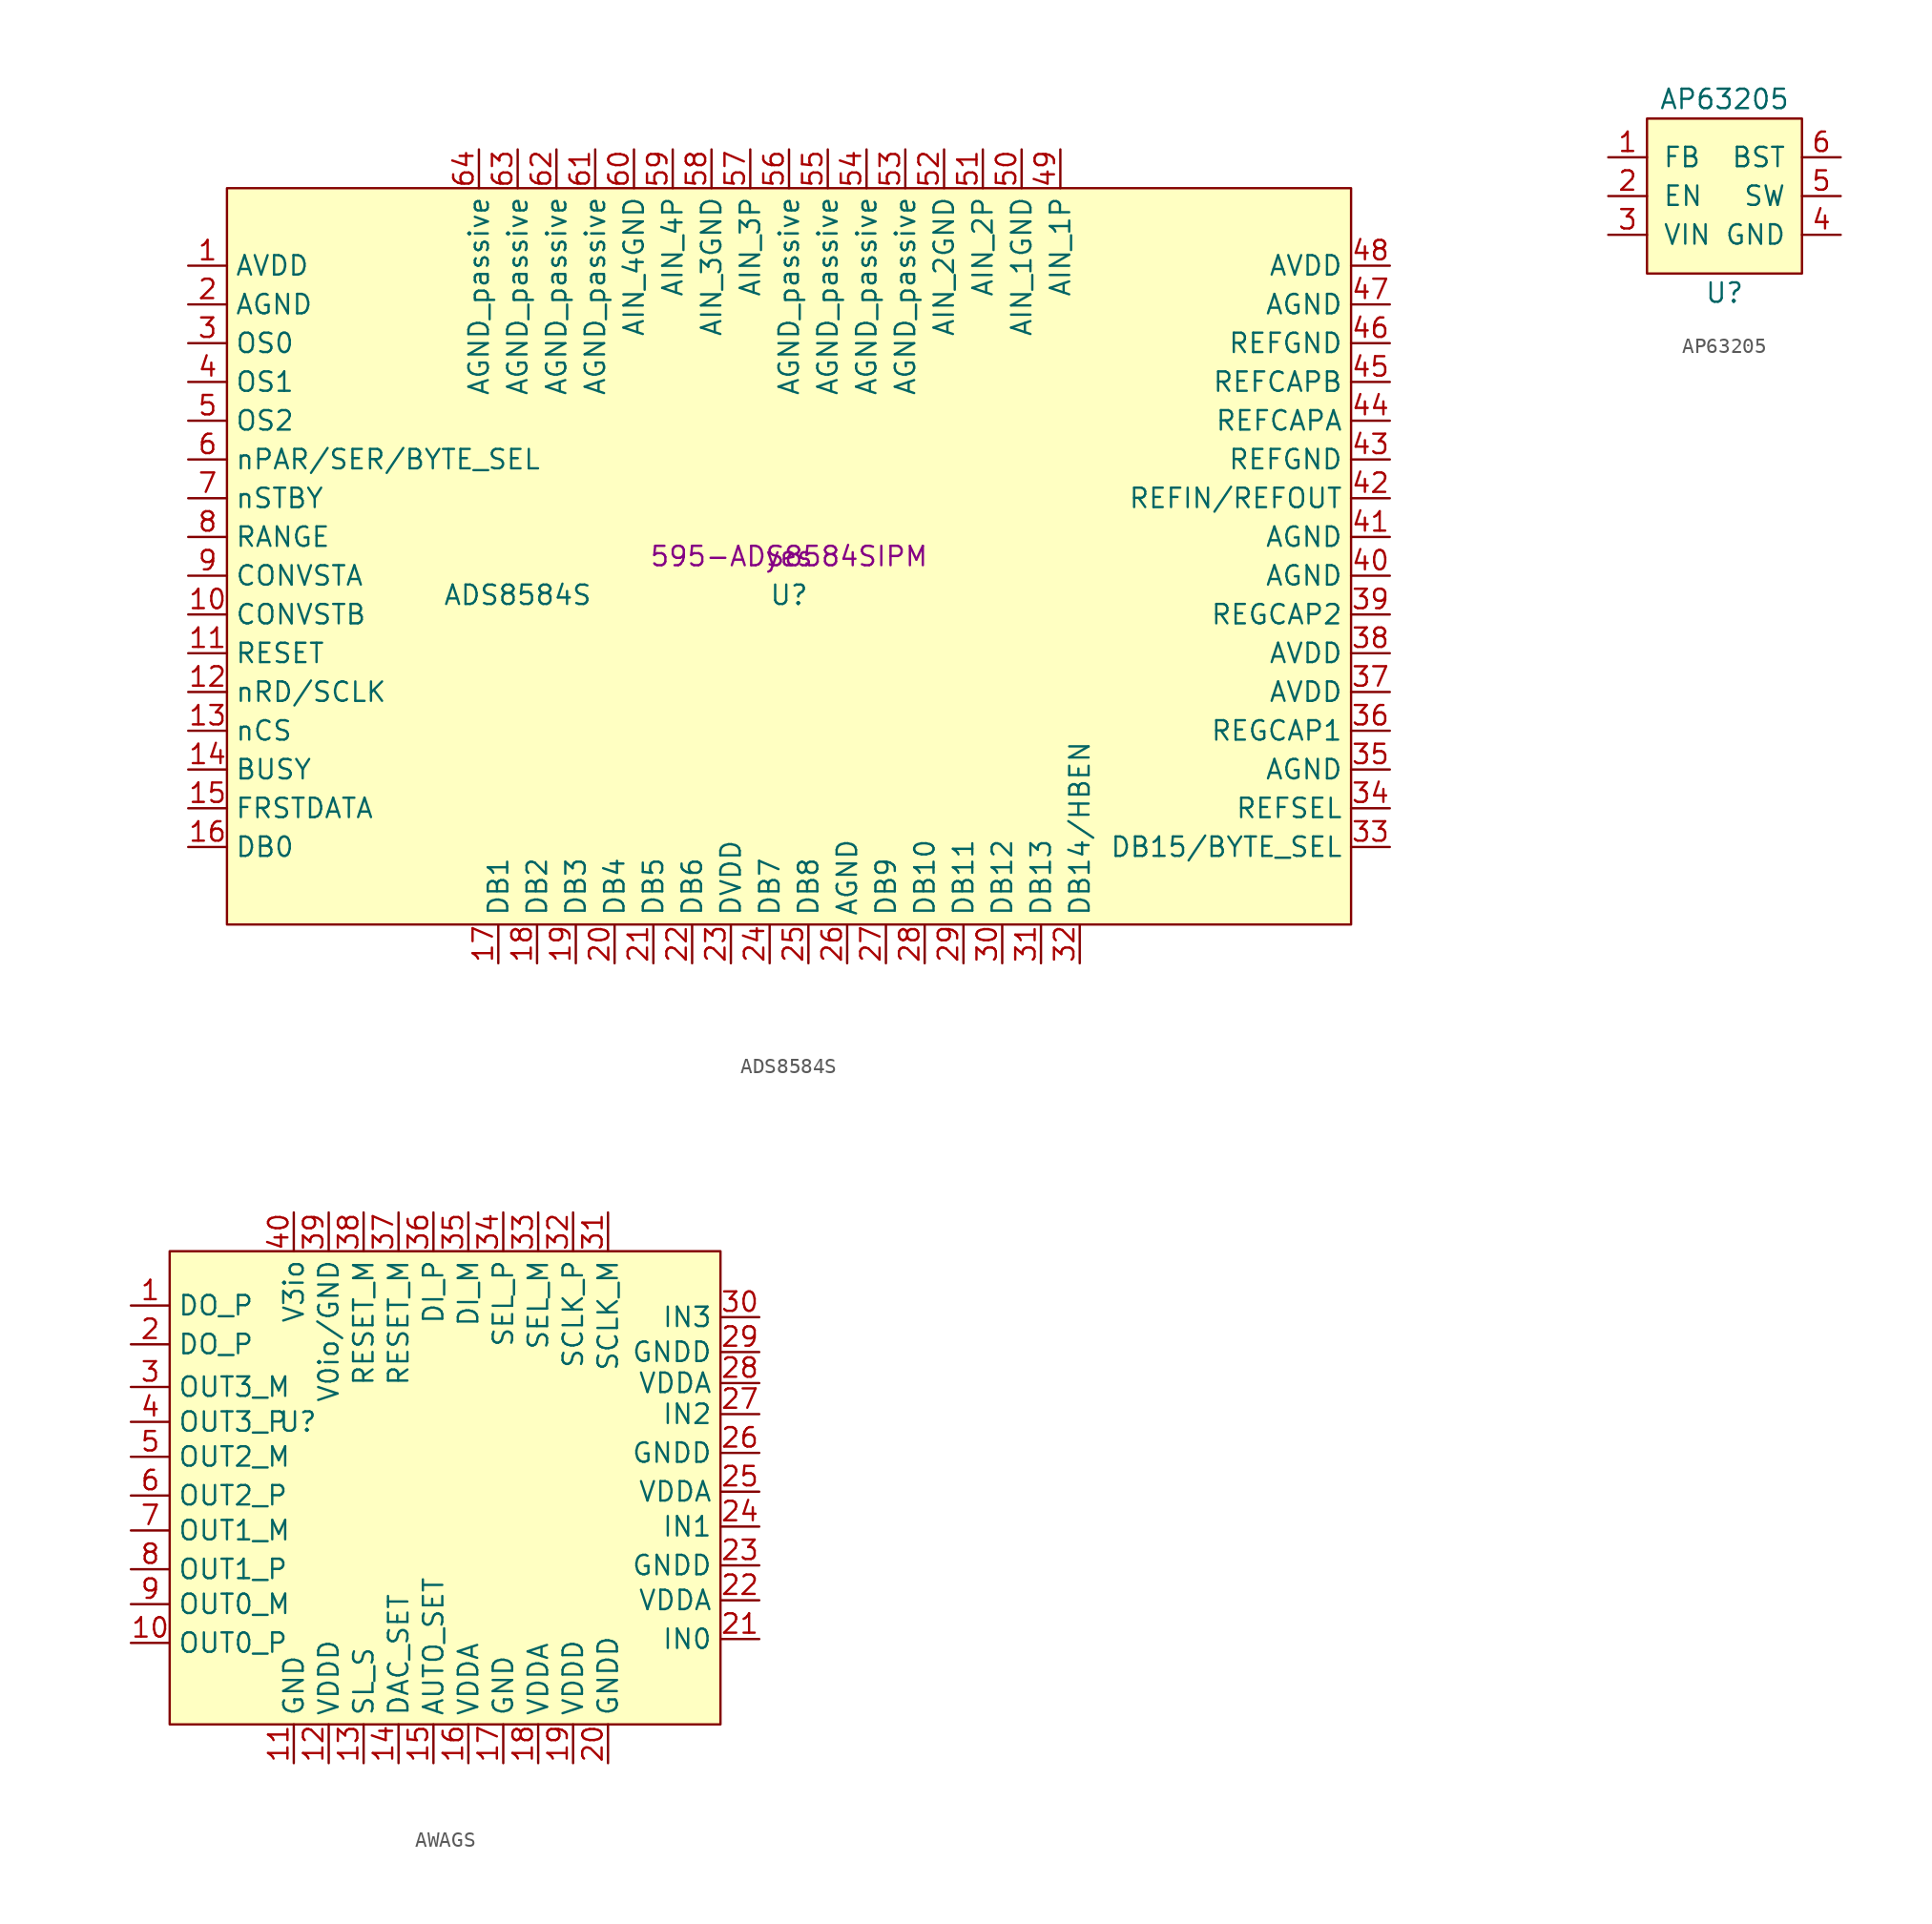
<source format=kicad_sym>
(kicad_symbol_lib
  (version 20220914)
  (generator kicad_symbol_editor)
  (symbol "ADS8584S"
    (property "Reference" "U"
      (at 0 -2.54 0)
      (effects (font (size 1.27 1.27))))
    (property "Value" "ADS8584S"
      (at -17.78 -2.54 0)
      (effects (font (size 1.27 1.27))))
    (property "Mouser Part Number" "595-ADS8584SIPM"
      (at 0 0 0)
      (effects (font (size 1.27 1.27))))
    (property "Place" "yes"
      (at 0 0 0)
      (effects (font (size 1.27 1.27))))
    (symbol "ADS8584S_0_1"
      (rectangle (start -36.83 24.13) (end 36.83 -24.13) (stroke (width 0) (type default)) (fill (type background))))
    (symbol "ADS8584S_1_1"
      (pin power_in line (at -39.37 19.05 0) (length 2.54) (name "AVDD" (effects (font (size 1.27 1.27)))) (number "1" (effects (font (size 1.27 1.27)))))
      (pin input line (at -39.37 -3.81 0) (length 2.54) (name "CONVSTB" (effects (font (size 1.27 1.27)))) (number "10" (effects (font (size 1.27 1.27)))))
      (pin input line (at -39.37 -6.35 0) (length 2.54) (name "RESET" (effects (font (size 1.27 1.27)))) (number "11" (effects (font (size 1.27 1.27)))))
      (pin input line (at -39.37 -8.89 0) (length 2.54) (name "nRD/SCLK" (effects (font (size 1.27 1.27)))) (number "12" (effects (font (size 1.27 1.27)))))
      (pin input line (at -39.37 -11.43 0) (length 2.54) (name "nCS" (effects (font (size 1.27 1.27)))) (number "13" (effects (font (size 1.27 1.27)))))
      (pin output line (at -39.37 -13.97 0) (length 2.54) (name "BUSY" (effects (font (size 1.27 1.27)))) (number "14" (effects (font (size 1.27 1.27)))))
      (pin output line (at -39.37 -16.51 0) (length 2.54) (name "FRSTDATA" (effects (font (size 1.27 1.27)))) (number "15" (effects (font (size 1.27 1.27)))))
      (pin output line (at -39.37 -19.05 0) (length 2.54) (name "DB0" (effects (font (size 1.27 1.27)))) (number "16" (effects (font (size 1.27 1.27)))))
      (pin output line (at -19.05 -26.67 90) (length 2.54) (name "DB1" (effects (font (size 1.27 1.27)))) (number "17" (effects (font (size 1.27 1.27)))))
      (pin output line (at -16.51 -26.67 90) (length 2.54) (name "DB2" (effects (font (size 1.27 1.27)))) (number "18" (effects (font (size 1.27 1.27)))))
      (pin output line (at -13.97 -26.67 90) (length 2.54) (name "DB3" (effects (font (size 1.27 1.27)))) (number "19" (effects (font (size 1.27 1.27)))))
      (pin power_in line (at -39.37 16.51 0) (length 2.54) (name "AGND" (effects (font (size 1.27 1.27)))) (number "2" (effects (font (size 1.27 1.27)))))
      (pin output line (at -11.43 -26.67 90) (length 2.54) (name "DB4" (effects (font (size 1.27 1.27)))) (number "20" (effects (font (size 1.27 1.27)))))
      (pin output line (at -8.89 -26.67 90) (length 2.54) (name "DB5" (effects (font (size 1.27 1.27)))) (number "21" (effects (font (size 1.27 1.27)))))
      (pin output line (at -6.35 -26.67 90) (length 2.54) (name "DB6" (effects (font (size 1.27 1.27)))) (number "22" (effects (font (size 1.27 1.27)))))
      (pin power_in line (at -3.81 -26.67 90) (length 2.54) (name "DVDD" (effects (font (size 1.27 1.27)))) (number "23" (effects (font (size 1.27 1.27)))))
      (pin output line (at -1.27 -26.67 90) (length 2.54) (name "DB7" (effects (font (size 1.27 1.27)))) (number "24" (effects (font (size 1.27 1.27)))))
      (pin output line (at 1.27 -26.67 90) (length 2.54) (name "DB8" (effects (font (size 1.27 1.27)))) (number "25" (effects (font (size 1.27 1.27)))))
      (pin power_in line (at 3.81 -26.67 90) (length 2.54) (name "AGND" (effects (font (size 1.27 1.27)))) (number "26" (effects (font (size 1.27 1.27)))))
      (pin output line (at 6.35 -26.67 90) (length 2.54) (name "DB9" (effects (font (size 1.27 1.27)))) (number "27" (effects (font (size 1.27 1.27)))))
      (pin output line (at 8.89 -26.67 90) (length 2.54) (name "DB10" (effects (font (size 1.27 1.27)))) (number "28" (effects (font (size 1.27 1.27)))))
      (pin output line (at 11.43 -26.67 90) (length 2.54) (name "DB11" (effects (font (size 1.27 1.27)))) (number "29" (effects (font (size 1.27 1.27)))))
      (pin input line (at -39.37 13.97 0) (length 2.54) (name "OS0" (effects (font (size 1.27 1.27)))) (number "3" (effects (font (size 1.27 1.27)))))
      (pin output line (at 13.97 -26.67 90) (length 2.54) (name "DB12" (effects (font (size 1.27 1.27)))) (number "30" (effects (font (size 1.27 1.27)))))
      (pin output line (at 16.51 -26.67 90) (length 2.54) (name "DB13" (effects (font (size 1.27 1.27)))) (number "31" (effects (font (size 1.27 1.27)))))
      (pin output line (at 19.05 -26.67 90) (length 2.54) (name "DB14/HBEN" (effects (font (size 1.27 1.27)))) (number "32" (effects (font (size 1.27 1.27)))))
      (pin output line (at 39.37 -19.05 180) (length 2.54) (name "DB15/BYTE_SEL" (effects (font (size 1.27 1.27)))) (number "33" (effects (font (size 1.27 1.27)))))
      (pin input line (at 39.37 -16.51 180) (length 2.54) (name "REFSEL" (effects (font (size 1.27 1.27)))) (number "34" (effects (font (size 1.27 1.27)))))
      (pin power_in line (at 39.37 -13.97 180) (length 2.54) (name "AGND" (effects (font (size 1.27 1.27)))) (number "35" (effects (font (size 1.27 1.27)))))
      (pin passive line (at 39.37 -11.43 180) (length 2.54) (name "REGCAP1" (effects (font (size 1.27 1.27)))) (number "36" (effects (font (size 1.27 1.27)))))
      (pin power_in line (at 39.37 -8.89 180) (length 2.54) (name "AVDD" (effects (font (size 1.27 1.27)))) (number "37" (effects (font (size 1.27 1.27)))))
      (pin power_in line (at 39.37 -6.35 180) (length 2.54) (name "AVDD" (effects (font (size 1.27 1.27)))) (number "38" (effects (font (size 1.27 1.27)))))
      (pin passive line (at 39.37 -3.81 180) (length 2.54) (name "REGCAP2" (effects (font (size 1.27 1.27)))) (number "39" (effects (font (size 1.27 1.27)))))
      (pin input line (at -39.37 11.43 0) (length 2.54) (name "OS1" (effects (font (size 1.27 1.27)))) (number "4" (effects (font (size 1.27 1.27)))))
      (pin power_in line (at 39.37 -1.27 180) (length 2.54) (name "AGND" (effects (font (size 1.27 1.27)))) (number "40" (effects (font (size 1.27 1.27)))))
      (pin power_in line (at 39.37 1.27 180) (length 2.54) (name "AGND" (effects (font (size 1.27 1.27)))) (number "41" (effects (font (size 1.27 1.27)))))
      (pin passive line (at 39.37 3.81 180) (length 2.54) (name "REFIN/REFOUT" (effects (font (size 1.27 1.27)))) (number "42" (effects (font (size 1.27 1.27)))))
      (pin power_in line (at 39.37 6.35 180) (length 2.54) (name "REFGND" (effects (font (size 1.27 1.27)))) (number "43" (effects (font (size 1.27 1.27)))))
      (pin passive line (at 39.37 8.89 180) (length 2.54) (name "REFCAPA" (effects (font (size 1.27 1.27)))) (number "44" (effects (font (size 1.27 1.27)))))
      (pin passive line (at 39.37 11.43 180) (length 2.54) (name "REFCAPB" (effects (font (size 1.27 1.27)))) (number "45" (effects (font (size 1.27 1.27)))))
      (pin power_in line (at 39.37 13.97 180) (length 2.54) (name "REFGND" (effects (font (size 1.27 1.27)))) (number "46" (effects (font (size 1.27 1.27)))))
      (pin power_in line (at 39.37 16.51 180) (length 2.54) (name "AGND" (effects (font (size 1.27 1.27)))) (number "47" (effects (font (size 1.27 1.27)))))
      (pin power_in line (at 39.37 19.05 180) (length 2.54) (name "AVDD" (effects (font (size 1.27 1.27)))) (number "48" (effects (font (size 1.27 1.27)))))
      (pin passive line (at 17.78 26.67 270) (length 2.54) (name "AIN_1P" (effects (font (size 1.27 1.27)))) (number "49" (effects (font (size 1.27 1.27)))))
      (pin input line (at -39.37 8.89 0) (length 2.54) (name "OS2" (effects (font (size 1.27 1.27)))) (number "5" (effects (font (size 1.27 1.27)))))
      (pin passive line (at 15.24 26.67 270) (length 2.54) (name "AIN_1GND" (effects (font (size 1.27 1.27)))) (number "50" (effects (font (size 1.27 1.27)))))
      (pin passive line (at 12.7 26.67 270) (length 2.54) (name "AIN_2P" (effects (font (size 1.27 1.27)))) (number "51" (effects (font (size 1.27 1.27)))))
      (pin passive line (at 10.16 26.67 270) (length 2.54) (name "AIN_2GND" (effects (font (size 1.27 1.27)))) (number "52" (effects (font (size 1.27 1.27)))))
      (pin passive line (at 7.62 26.67 270) (length 2.54) (name "AGND_passive" (effects (font (size 1.27 1.27)))) (number "53" (effects (font (size 1.27 1.27)))))
      (pin passive line (at 5.08 26.67 270) (length 2.54) (name "AGND_passive" (effects (font (size 1.27 1.27)))) (number "54" (effects (font (size 1.27 1.27)))))
      (pin passive line (at 2.54 26.67 270) (length 2.54) (name "AGND_passive" (effects (font (size 1.27 1.27)))) (number "55" (effects (font (size 1.27 1.27)))))
      (pin passive line (at 0 26.67 270) (length 2.54) (name "AGND_passive" (effects (font (size 1.27 1.27)))) (number "56" (effects (font (size 1.27 1.27)))))
      (pin passive line (at -2.54 26.67 270) (length 2.54) (name "AIN_3P" (effects (font (size 1.27 1.27)))) (number "57" (effects (font (size 1.27 1.27)))))
      (pin passive line (at -5.08 26.67 270) (length 2.54) (name "AIN_3GND" (effects (font (size 1.27 1.27)))) (number "58" (effects (font (size 1.27 1.27)))))
      (pin passive line (at -7.62 26.67 270) (length 2.54) (name "AIN_4P" (effects (font (size 1.27 1.27)))) (number "59" (effects (font (size 1.27 1.27)))))
      (pin input line (at -39.37 6.35 0) (length 2.54) (name "nPAR/SER/BYTE_SEL" (effects (font (size 1.27 1.27)))) (number "6" (effects (font (size 1.27 1.27)))))
      (pin passive line (at -10.16 26.67 270) (length 2.54) (name "AIN_4GND" (effects (font (size 1.27 1.27)))) (number "60" (effects (font (size 1.27 1.27)))))
      (pin passive line (at -12.7 26.67 270) (length 2.54) (name "AGND_passive" (effects (font (size 1.27 1.27)))) (number "61" (effects (font (size 1.27 1.27)))))
      (pin passive line (at -15.24 26.67 270) (length 2.54) (name "AGND_passive" (effects (font (size 1.27 1.27)))) (number "62" (effects (font (size 1.27 1.27)))))
      (pin passive line (at -17.78 26.67 270) (length 2.54) (name "AGND_passive" (effects (font (size 1.27 1.27)))) (number "63" (effects (font (size 1.27 1.27)))))
      (pin passive line (at -20.32 26.67 270) (length 2.54) (name "AGND_passive" (effects (font (size 1.27 1.27)))) (number "64" (effects (font (size 1.27 1.27)))))
      (pin input line (at -39.37 3.81 0) (length 2.54) (name "nSTBY" (effects (font (size 1.27 1.27)))) (number "7" (effects (font (size 1.27 1.27)))))
      (pin input line (at -39.37 1.27 0) (length 2.54) (name "RANGE" (effects (font (size 1.27 1.27)))) (number "8" (effects (font (size 1.27 1.27)))))
      (pin input line (at -39.37 -1.27 0) (length 2.54) (name "CONVSTA" (effects (font (size 1.27 1.27)))) (number "9" (effects (font (size 1.27 1.27)))))))
  (symbol "AP63205"
    (pin_names
      (offset 1.016))
    (property "Reference" "U"
      (at 0 -6.35 0)
      (effects (font (size 1.27 1.27))))
    (property "Value" "AP63205"
      (at 0 6.35 0)
      (effects (font (size 1.27 1.27))))
    (symbol "AP63205_0_1"
      (rectangle (start -5.08 5.08) (end 5.08 -5.08) (stroke (width 0) (type solid)) (fill (type background))))
    (symbol "AP63205_1_1"
      (pin input line (at -7.62 2.54 0) (length 2.54) (name "FB" (effects (font (size 1.27 1.27)))) (number "1" (effects (font (size 1.27 1.27)))))
      (pin input line (at -7.62 0 0) (length 2.54) (name "EN" (effects (font (size 1.27 1.27)))) (number "2" (effects (font (size 1.27 1.27)))))
      (pin power_in line (at -7.62 -2.54 0) (length 2.54) (name "VIN" (effects (font (size 1.27 1.27)))) (number "3" (effects (font (size 1.27 1.27)))))
      (pin power_in line (at 7.62 -2.54 180) (length 2.54) (name "GND" (effects (font (size 1.27 1.27)))) (number "4" (effects (font (size 1.27 1.27)))))
      (pin output line (at 7.62 0 180) (length 2.54) (name "SW" (effects (font (size 1.27 1.27)))) (number "5" (effects (font (size 1.27 1.27)))))
      (pin bidirectional line (at 7.62 2.54 180) (length 2.54) (name "BST" (effects (font (size 1.27 1.27)))) (number "6" (effects (font (size 1.27 1.27)))))))
  (symbol "AWAGS"
    (property "Reference" "U"
      (at 0 0 0)
      (effects (font (size 1.27 1.27))))
    (property "Value" ""
      (at 0 0 0)
      (effects (font (size 1.27 1.27))))
    (symbol "AWAGS_1_1"
      (rectangle (start -8.382 11.176) (end 27.686 -19.812) (stroke (width 0) (type default)) (fill (type background)))
      (pin output line (at -10.922 7.62 0) (length 2.54) (name "DO_P" (effects (font (size 1.27 1.27)))) (number "1" (effects (font (size 1.27 1.27)))))
      (pin output line (at -10.922 -14.478 0) (length 2.54) (name "OUT0_P" (effects (font (size 1.27 1.27)))) (number "10" (effects (font (size 1.27 1.27)))))
      (pin power_in line (at -0.254 -22.352 90) (length 2.54) (name "GND" (effects (font (size 1.27 1.27)))) (number "11" (effects (font (size 1.27 1.27)))))
      (pin power_in line (at 2.032 -22.352 90) (length 2.54) (name "VDDD" (effects (font (size 1.27 1.27)))) (number "12" (effects (font (size 1.27 1.27)))))
      (pin passive line (at 4.318 -22.352 90) (length 2.54) (name "SL_S" (effects (font (size 1.27 1.27)))) (number "13" (effects (font (size 1.27 1.27)))))
      (pin passive line (at 6.604 -22.352 90) (length 2.54) (name "DAC_SET" (effects (font (size 1.27 1.27)))) (number "14" (effects (font (size 1.27 1.27)))))
      (pin passive line (at 8.89 -22.352 90) (length 2.54) (name "AUTO_SET" (effects (font (size 1.27 1.27)))) (number "15" (effects (font (size 1.27 1.27)))))
      (pin power_in line (at 11.176 -22.352 90) (length 2.54) (name "VDDA" (effects (font (size 1.27 1.27)))) (number "16" (effects (font (size 1.27 1.27)))))
      (pin power_in line (at 13.462 -22.352 90) (length 2.54) (name "GND" (effects (font (size 1.27 1.27)))) (number "17" (effects (font (size 1.27 1.27)))))
      (pin power_in line (at 15.748 -22.352 90) (length 2.54) (name "VDDA" (effects (font (size 1.27 1.27)))) (number "18" (effects (font (size 1.27 1.27)))))
      (pin power_in line (at 18.034 -22.352 90) (length 2.54) (name "VDDD" (effects (font (size 1.27 1.27)))) (number "19" (effects (font (size 1.27 1.27)))))
      (pin output line (at -10.922 5.08 0) (length 2.54) (name "DO_P" (effects (font (size 1.27 1.27)))) (number "2" (effects (font (size 1.27 1.27)))))
      (pin power_in line (at 20.32 -22.352 90) (length 2.54) (name "GNDD" (effects (font (size 1.27 1.27)))) (number "20" (effects (font (size 1.27 1.27)))))
      (pin input line (at 30.226 -14.224 180) (length 2.54) (name "IN0" (effects (font (size 1.27 1.27)))) (number "21" (effects (font (size 1.27 1.27)))))
      (pin power_in line (at 30.226 -11.684 180) (length 2.54) (name "VDDA" (effects (font (size 1.27 1.27)))) (number "22" (effects (font (size 1.27 1.27)))))
      (pin power_in line (at 30.226 -9.398 180) (length 2.54) (name "GNDD" (effects (font (size 1.27 1.27)))) (number "23" (effects (font (size 1.27 1.27)))))
      (pin input line (at 30.226 -6.858 180) (length 2.54) (name "IN1" (effects (font (size 1.27 1.27)))) (number "24" (effects (font (size 1.27 1.27)))))
      (pin power_in line (at 30.226 -4.572 180) (length 2.54) (name "VDDA" (effects (font (size 1.27 1.27)))) (number "25" (effects (font (size 1.27 1.27)))))
      (pin power_in line (at 30.226 -2.032 180) (length 2.54) (name "GNDD" (effects (font (size 1.27 1.27)))) (number "26" (effects (font (size 1.27 1.27)))))
      (pin input line (at 30.226 0.508 180) (length 2.54) (name "IN2" (effects (font (size 1.27 1.27)))) (number "27" (effects (font (size 1.27 1.27)))))
      (pin power_in line (at 30.226 2.54 180) (length 2.54) (name "VDDA" (effects (font (size 1.27 1.27)))) (number "28" (effects (font (size 1.27 1.27)))))
      (pin power_in line (at 30.226 4.572 180) (length 2.54) (name "GNDD" (effects (font (size 1.27 1.27)))) (number "29" (effects (font (size 1.27 1.27)))))
      (pin output line (at -10.922 2.286 0) (length 2.54) (name "OUT3_M" (effects (font (size 1.27 1.27)))) (number "3" (effects (font (size 1.27 1.27)))))
      (pin input line (at 30.226 6.858 180) (length 2.54) (name "IN3" (effects (font (size 1.27 1.27)))) (number "30" (effects (font (size 1.27 1.27)))))
      (pin input line (at 20.32 13.716 270) (length 2.54) (name "SCLK_M" (effects (font (size 1.27 1.27)))) (number "31" (effects (font (size 1.27 1.27)))))
      (pin input line (at 18.034 13.716 270) (length 2.54) (name "SCLK_P" (effects (font (size 1.27 1.27)))) (number "32" (effects (font (size 1.27 1.27)))))
      (pin input line (at 15.748 13.716 270) (length 2.54) (name "SEL_M" (effects (font (size 1.27 1.27)))) (number "33" (effects (font (size 1.27 1.27)))))
      (pin input line (at 13.462 13.716 270) (length 2.54) (name "SEL_P" (effects (font (size 1.27 1.27)))) (number "34" (effects (font (size 1.27 1.27)))))
      (pin input line (at 11.176 13.716 270) (length 2.54) (name "DI_M" (effects (font (size 1.27 1.27)))) (number "35" (effects (font (size 1.27 1.27)))))
      (pin input line (at 8.89 13.716 270) (length 2.54) (name "DI_P" (effects (font (size 1.27 1.27)))) (number "36" (effects (font (size 1.27 1.27)))))
      (pin input line (at 6.604 13.716 270) (length 2.54) (name "RESET_M" (effects (font (size 1.27 1.27)))) (number "37" (effects (font (size 1.27 1.27)))))
      (pin input line (at 4.318 13.716 270) (length 2.54) (name "RESET_M" (effects (font (size 1.27 1.27)))) (number "38" (effects (font (size 1.27 1.27)))))
      (pin power_in line (at 2.032 13.716 270) (length 2.54) (name "V0io/GND" (effects (font (size 1.27 1.27)))) (number "39" (effects (font (size 1.27 1.27)))))
      (pin output line (at -10.922 0 0) (length 2.54) (name "OUT3_P" (effects (font (size 1.27 1.27)))) (number "4" (effects (font (size 1.27 1.27)))))
      (pin power_in line (at -0.254 13.716 270) (length 2.54) (name "V3io" (effects (font (size 1.27 1.27)))) (number "40" (effects (font (size 1.27 1.27)))))
      (pin output line (at -10.922 -2.286 0) (length 2.54) (name "OUT2_M" (effects (font (size 1.27 1.27)))) (number "5" (effects (font (size 1.27 1.27)))))
      (pin output line (at -10.922 -4.826 0) (length 2.54) (name "OUT2_P" (effects (font (size 1.27 1.27)))) (number "6" (effects (font (size 1.27 1.27)))))
      (pin output line (at -10.922 -7.112 0) (length 2.54) (name "OUT1_M" (effects (font (size 1.27 1.27)))) (number "7" (effects (font (size 1.27 1.27)))))
      (pin output line (at -10.922 -9.652 0) (length 2.54) (name "OUT1_P" (effects (font (size 1.27 1.27)))) (number "8" (effects (font (size 1.27 1.27)))))
      (pin output line (at -10.922 -11.938 0) (length 2.54) (name "OUT0_M" (effects (font (size 1.27 1.27)))) (number "9" (effects (font (size 1.27 1.27))))))))
</source>
